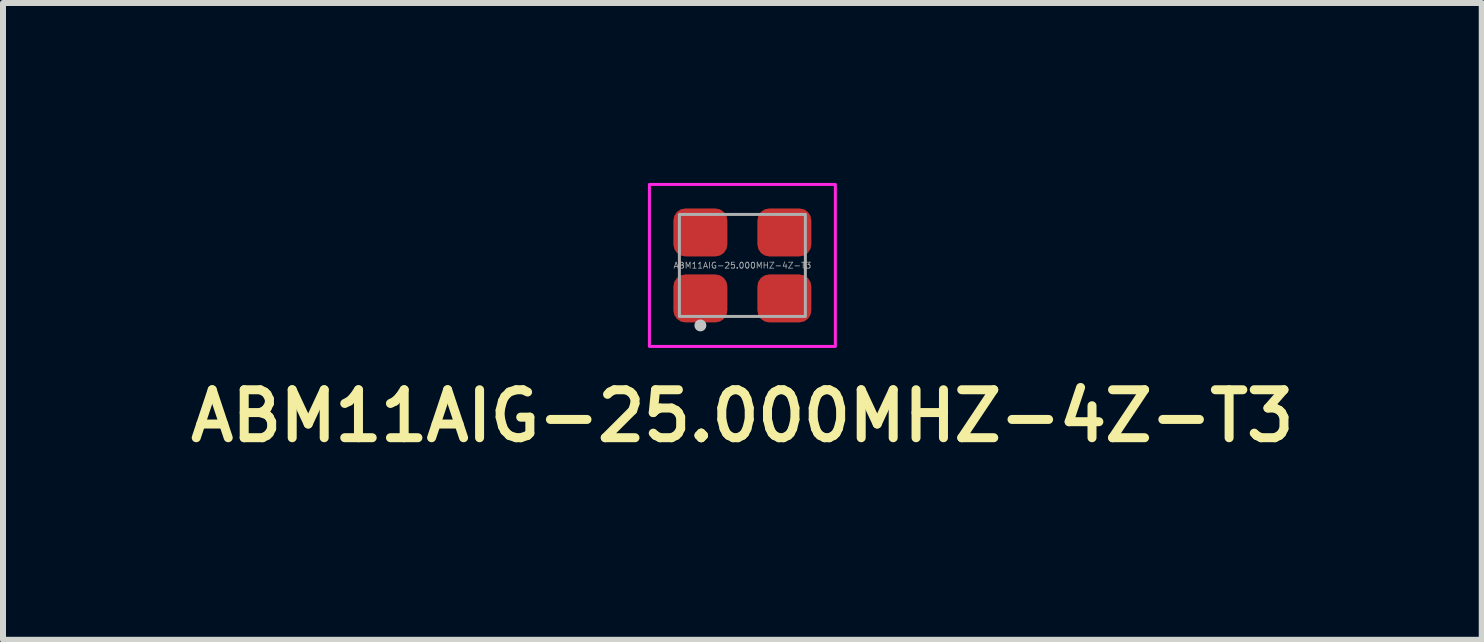
<source format=kicad_pcb>
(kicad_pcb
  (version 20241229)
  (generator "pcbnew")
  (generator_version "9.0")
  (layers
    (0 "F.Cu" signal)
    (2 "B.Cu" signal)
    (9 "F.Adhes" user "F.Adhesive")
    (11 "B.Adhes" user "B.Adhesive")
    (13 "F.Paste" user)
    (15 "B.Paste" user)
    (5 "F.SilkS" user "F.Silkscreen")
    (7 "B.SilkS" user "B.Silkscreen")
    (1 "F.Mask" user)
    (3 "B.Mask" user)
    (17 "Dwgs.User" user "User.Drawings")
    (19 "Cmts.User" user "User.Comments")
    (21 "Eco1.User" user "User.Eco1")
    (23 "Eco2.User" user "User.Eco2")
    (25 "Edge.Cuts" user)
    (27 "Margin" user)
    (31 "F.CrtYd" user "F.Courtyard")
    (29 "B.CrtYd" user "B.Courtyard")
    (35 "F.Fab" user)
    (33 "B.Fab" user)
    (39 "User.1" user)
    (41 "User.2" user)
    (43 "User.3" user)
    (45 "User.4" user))
  (footprint "ABM11AIG-25.000MHZ-4Z-T3"
    (layer "F.Cu")
    (at 9.326 1.375)
    (property "Reference" "ABM11AIG-25.000MHZ-4Z-T3" (at 0 2.51 0) (unlocked yes) (layer "F.SilkS") (effects (font (size 0.8 0.8) (thickness 0.15))))
    (attr smd)
    (fp_circle (center -0.7 1) (end -0.65 1) (stroke (width 0.1) (type solid)) (fill no) (layer "Dwgs.User"))
    (fp_rect (start -1.55 -1.35) (end 1.55 1.35) (stroke (width 0.05) (type solid)) (fill no) (layer "F.CrtYd"))
    (fp_rect (start -1.05 -0.85) (end 1.05 0.85) (stroke (width 0.05) (type solid)) (fill no) (layer "F.Fab"))
    (fp_text user "${REFERENCE}" (at 0 0 0) (unlocked yes) (layer "F.Fab") (effects (font (size 0.1 0.1) (thickness 0.013))))
    (pad "1" smd roundrect (at -0.7 0.55) (size 0.9 0.8) (layers "F.Cu" "F.Mask" "F.Paste") (roundrect_rratio 0.25))
    (pad "2" smd roundrect (at 0.7 0.55) (size 0.9 0.8) (layers "F.Cu" "F.Mask" "F.Paste") (roundrect_rratio 0.25))
    (pad "3" smd roundrect (at 0.7 -0.55) (size 0.9 0.8) (layers "F.Cu" "F.Mask" "F.Paste") (roundrect_rratio 0.25))
    (pad "4" smd roundrect (at -0.7 -0.55) (size 0.9 0.8) (layers "F.Cu" "F.Mask" "F.Paste") (roundrect_rratio 0.25)))
  (gr_rect
    (start -3 -3)
    (end 21.652 7.616)
    (stroke (width 0.1) (type default))
    (fill no)
    (layer "Edge.Cuts")))
</source>
